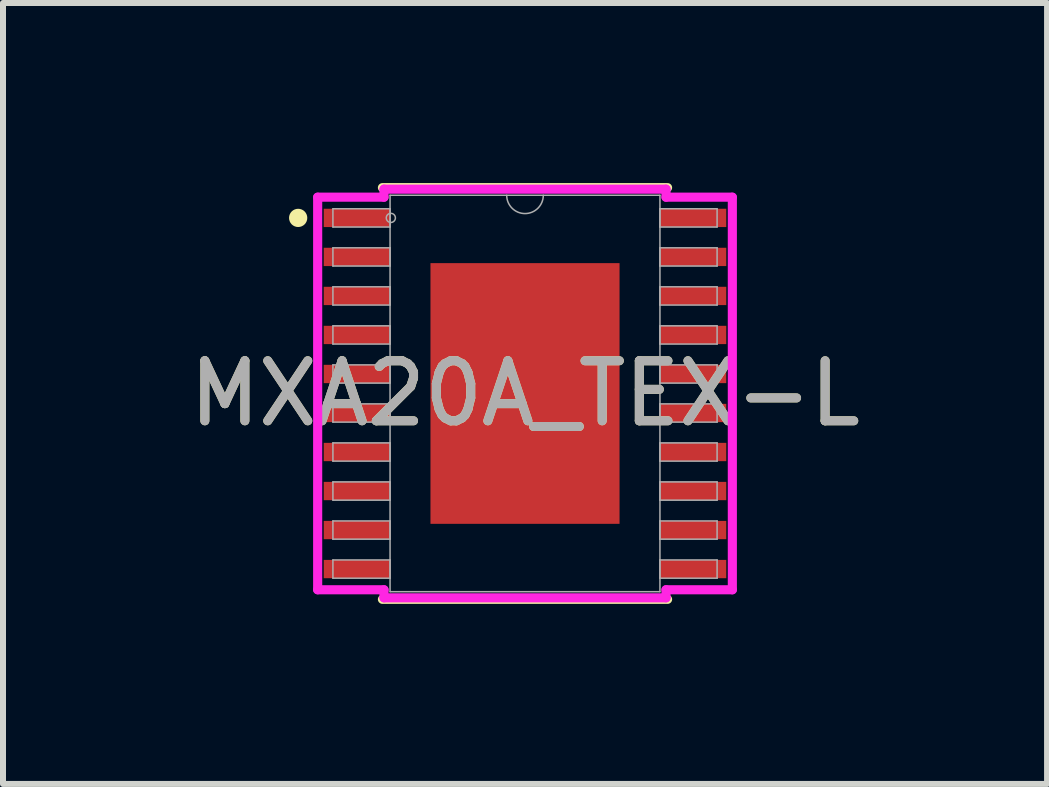
<source format=kicad_pcb>
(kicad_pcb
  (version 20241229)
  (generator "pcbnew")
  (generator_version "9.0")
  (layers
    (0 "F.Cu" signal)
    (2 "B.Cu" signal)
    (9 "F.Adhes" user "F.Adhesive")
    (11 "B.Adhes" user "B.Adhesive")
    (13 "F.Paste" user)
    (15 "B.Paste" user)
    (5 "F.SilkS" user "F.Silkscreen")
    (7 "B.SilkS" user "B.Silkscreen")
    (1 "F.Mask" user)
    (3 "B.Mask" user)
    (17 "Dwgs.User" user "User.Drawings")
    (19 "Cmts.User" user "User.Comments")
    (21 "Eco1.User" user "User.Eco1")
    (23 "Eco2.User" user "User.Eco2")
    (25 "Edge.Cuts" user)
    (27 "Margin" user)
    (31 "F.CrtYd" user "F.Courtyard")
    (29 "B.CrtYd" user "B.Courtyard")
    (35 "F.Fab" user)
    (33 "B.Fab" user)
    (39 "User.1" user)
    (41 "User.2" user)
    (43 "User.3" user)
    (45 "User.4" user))
  (footprint "MXA20A_TEX-L"
    (layer "F.Cu")
    (at 5.696 3.505)
    (property "Reference" "MXA20A_TEX-L" (at 0 0 0) (unlocked yes) (layer "F.SilkS") (effects (font (size 1 1) (thickness 0.15))))
    (attr smd)
    (fp_line (start -2.375 3.429) (end 2.375 3.429) (stroke (width 0.152) (type solid)) (layer "F.SilkS"))
    (fp_line (start 2.375 -3.429) (end -2.375 -3.429) (stroke (width 0.152) (type solid)) (layer "F.SilkS"))
    (fp_circle (center -3.779 -2.925) (end -3.703 -2.925) (stroke (width 0.152) (type solid)) (fill no) (layer "F.SilkS"))
    (fp_line (start -3.454 -3.27) (end -2.349 -3.27) (stroke (width 0.152) (type solid)) (layer "F.CrtYd"))
    (fp_line (start -3.454 3.27) (end -3.454 -3.27) (stroke (width 0.152) (type solid)) (layer "F.CrtYd"))
    (fp_line (start -3.454 3.27) (end -2.349 3.27) (stroke (width 0.152) (type solid)) (layer "F.CrtYd"))
    (fp_line (start -2.349 -3.404) (end 2.349 -3.404) (stroke (width 0.152) (type solid)) (layer "F.CrtYd"))
    (fp_line (start -2.349 -3.27) (end -2.349 -3.404) (stroke (width 0.152) (type solid)) (layer "F.CrtYd"))
    (fp_line (start -2.349 3.404) (end -2.349 3.27) (stroke (width 0.152) (type solid)) (layer "F.CrtYd"))
    (fp_line (start 2.349 -3.404) (end 2.349 -3.27) (stroke (width 0.152) (type solid)) (layer "F.CrtYd"))
    (fp_line (start 2.349 3.27) (end 2.349 3.404) (stroke (width 0.152) (type solid)) (layer "F.CrtYd"))
    (fp_line (start 2.349 3.404) (end -2.349 3.404) (stroke (width 0.152) (type solid)) (layer "F.CrtYd"))
    (fp_line (start 3.454 -3.27) (end 2.349 -3.27) (stroke (width 0.152) (type solid)) (layer "F.CrtYd"))
    (fp_line (start 3.454 -3.27) (end 3.454 3.27) (stroke (width 0.152) (type solid)) (layer "F.CrtYd"))
    (fp_line (start 3.454 3.27) (end 2.349 3.27) (stroke (width 0.152) (type solid)) (layer "F.CrtYd"))
    (fp_line (start -3.2 -3.077) (end -3.2 -2.773) (stroke (width 0.025) (type solid)) (layer "F.Fab"))
    (fp_line (start -3.2 -2.773) (end -2.248 -2.773) (stroke (width 0.025) (type solid)) (layer "F.Fab"))
    (fp_line (start -3.2 -2.427) (end -3.2 -2.123) (stroke (width 0.025) (type solid)) (layer "F.Fab"))
    (fp_line (start -3.2 -2.123) (end -2.248 -2.123) (stroke (width 0.025) (type solid)) (layer "F.Fab"))
    (fp_line (start -3.2 -1.777) (end -3.2 -1.473) (stroke (width 0.025) (type solid)) (layer "F.Fab"))
    (fp_line (start -3.2 -1.473) (end -2.248 -1.473) (stroke (width 0.025) (type solid)) (layer "F.Fab"))
    (fp_line (start -3.2 -1.127) (end -3.2 -0.823) (stroke (width 0.025) (type solid)) (layer "F.Fab"))
    (fp_line (start -3.2 -0.823) (end -2.248 -0.823) (stroke (width 0.025) (type solid)) (layer "F.Fab"))
    (fp_line (start -3.2 -0.477) (end -3.2 -0.173) (stroke (width 0.025) (type solid)) (layer "F.Fab"))
    (fp_line (start -3.2 -0.173) (end -2.248 -0.173) (stroke (width 0.025) (type solid)) (layer "F.Fab"))
    (fp_line (start -3.2 0.173) (end -3.2 0.477) (stroke (width 0.025) (type solid)) (layer "F.Fab"))
    (fp_line (start -3.2 0.477) (end -2.248 0.477) (stroke (width 0.025) (type solid)) (layer "F.Fab"))
    (fp_line (start -3.2 0.823) (end -3.2 1.127) (stroke (width 0.025) (type solid)) (layer "F.Fab"))
    (fp_line (start -3.2 1.127) (end -2.248 1.127) (stroke (width 0.025) (type solid)) (layer "F.Fab"))
    (fp_line (start -3.2 1.473) (end -3.2 1.777) (stroke (width 0.025) (type solid)) (layer "F.Fab"))
    (fp_line (start -3.2 1.777) (end -2.248 1.777) (stroke (width 0.025) (type solid)) (layer "F.Fab"))
    (fp_line (start -3.2 2.123) (end -3.2 2.427) (stroke (width 0.025) (type solid)) (layer "F.Fab"))
    (fp_line (start -3.2 2.427) (end -2.248 2.427) (stroke (width 0.025) (type solid)) (layer "F.Fab"))
    (fp_line (start -3.2 2.773) (end -3.2 3.077) (stroke (width 0.025) (type solid)) (layer "F.Fab"))
    (fp_line (start -3.2 3.077) (end -2.248 3.077) (stroke (width 0.025) (type solid)) (layer "F.Fab"))
    (fp_line (start -2.248 -3.302) (end -2.248 3.302) (stroke (width 0.025) (type solid)) (layer "F.Fab"))
    (fp_line (start -2.248 -3.077) (end -3.2 -3.077) (stroke (width 0.025) (type solid)) (layer "F.Fab"))
    (fp_line (start -2.248 -2.773) (end -2.248 -3.077) (stroke (width 0.025) (type solid)) (layer "F.Fab"))
    (fp_line (start -2.248 -2.427) (end -3.2 -2.427) (stroke (width 0.025) (type solid)) (layer "F.Fab"))
    (fp_line (start -2.248 -2.123) (end -2.248 -2.427) (stroke (width 0.025) (type solid)) (layer "F.Fab"))
    (fp_line (start -2.248 -1.777) (end -3.2 -1.777) (stroke (width 0.025) (type solid)) (layer "F.Fab"))
    (fp_line (start -2.248 -1.473) (end -2.248 -1.777) (stroke (width 0.025) (type solid)) (layer "F.Fab"))
    (fp_line (start -2.248 -1.127) (end -3.2 -1.127) (stroke (width 0.025) (type solid)) (layer "F.Fab"))
    (fp_line (start -2.248 -0.823) (end -2.248 -1.127) (stroke (width 0.025) (type solid)) (layer "F.Fab"))
    (fp_line (start -2.248 -0.477) (end -3.2 -0.477) (stroke (width 0.025) (type solid)) (layer "F.Fab"))
    (fp_line (start -2.248 -0.173) (end -2.248 -0.477) (stroke (width 0.025) (type solid)) (layer "F.Fab"))
    (fp_line (start -2.248 0.173) (end -3.2 0.173) (stroke (width 0.025) (type solid)) (layer "F.Fab"))
    (fp_line (start -2.248 0.477) (end -2.248 0.173) (stroke (width 0.025) (type solid)) (layer "F.Fab"))
    (fp_line (start -2.248 0.823) (end -3.2 0.823) (stroke (width 0.025) (type solid)) (layer "F.Fab"))
    (fp_line (start -2.248 1.127) (end -2.248 0.823) (stroke (width 0.025) (type solid)) (layer "F.Fab"))
    (fp_line (start -2.248 1.473) (end -3.2 1.473) (stroke (width 0.025) (type solid)) (layer "F.Fab"))
    (fp_line (start -2.248 1.777) (end -2.248 1.473) (stroke (width 0.025) (type solid)) (layer "F.Fab"))
    (fp_line (start -2.248 2.123) (end -3.2 2.123) (stroke (width 0.025) (type solid)) (layer "F.Fab"))
    (fp_line (start -2.248 2.427) (end -2.248 2.123) (stroke (width 0.025) (type solid)) (layer "F.Fab"))
    (fp_line (start -2.248 2.773) (end -3.2 2.773) (stroke (width 0.025) (type solid)) (layer "F.Fab"))
    (fp_line (start -2.248 3.077) (end -2.248 2.773) (stroke (width 0.025) (type solid)) (layer "F.Fab"))
    (fp_line (start -2.248 3.302) (end 2.248 3.302) (stroke (width 0.025) (type solid)) (layer "F.Fab"))
    (fp_line (start 2.248 -3.302) (end -2.248 -3.302) (stroke (width 0.025) (type solid)) (layer "F.Fab"))
    (fp_line (start 2.248 -3.077) (end 2.248 -2.773) (stroke (width 0.025) (type solid)) (layer "F.Fab"))
    (fp_line (start 2.248 -2.773) (end 3.2 -2.773) (stroke (width 0.025) (type solid)) (layer "F.Fab"))
    (fp_line (start 2.248 -2.427) (end 2.248 -2.123) (stroke (width 0.025) (type solid)) (layer "F.Fab"))
    (fp_line (start 2.248 -2.123) (end 3.2 -2.123) (stroke (width 0.025) (type solid)) (layer "F.Fab"))
    (fp_line (start 2.248 -1.777) (end 2.248 -1.473) (stroke (width 0.025) (type solid)) (layer "F.Fab"))
    (fp_line (start 2.248 -1.473) (end 3.2 -1.473) (stroke (width 0.025) (type solid)) (layer "F.Fab"))
    (fp_line (start 2.248 -1.127) (end 2.248 -0.823) (stroke (width 0.025) (type solid)) (layer "F.Fab"))
    (fp_line (start 2.248 -0.823) (end 3.2 -0.823) (stroke (width 0.025) (type solid)) (layer "F.Fab"))
    (fp_line (start 2.248 -0.477) (end 2.248 -0.173) (stroke (width 0.025) (type solid)) (layer "F.Fab"))
    (fp_line (start 2.248 -0.173) (end 3.2 -0.173) (stroke (width 0.025) (type solid)) (layer "F.Fab"))
    (fp_line (start 2.248 0.173) (end 2.248 0.477) (stroke (width 0.025) (type solid)) (layer "F.Fab"))
    (fp_line (start 2.248 0.477) (end 3.2 0.477) (stroke (width 0.025) (type solid)) (layer "F.Fab"))
    (fp_line (start 2.248 0.823) (end 2.248 1.127) (stroke (width 0.025) (type solid)) (layer "F.Fab"))
    (fp_line (start 2.248 1.127) (end 3.2 1.127) (stroke (width 0.025) (type solid)) (layer "F.Fab"))
    (fp_line (start 2.248 1.473) (end 2.248 1.777) (stroke (width 0.025) (type solid)) (layer "F.Fab"))
    (fp_line (start 2.248 1.777) (end 3.2 1.777) (stroke (width 0.025) (type solid)) (layer "F.Fab"))
    (fp_line (start 2.248 2.123) (end 2.248 2.427) (stroke (width 0.025) (type solid)) (layer "F.Fab"))
    (fp_line (start 2.248 2.427) (end 3.2 2.427) (stroke (width 0.025) (type solid)) (layer "F.Fab"))
    (fp_line (start 2.248 2.773) (end 2.248 3.077) (stroke (width 0.025) (type solid)) (layer "F.Fab"))
    (fp_line (start 2.248 3.077) (end 3.2 3.077) (stroke (width 0.025) (type solid)) (layer "F.Fab"))
    (fp_line (start 2.248 3.302) (end 2.248 -3.302) (stroke (width 0.025) (type solid)) (layer "F.Fab"))
    (fp_line (start 3.2 -3.077) (end 2.248 -3.077) (stroke (width 0.025) (type solid)) (layer "F.Fab"))
    (fp_line (start 3.2 -2.773) (end 3.2 -3.077) (stroke (width 0.025) (type solid)) (layer "F.Fab"))
    (fp_line (start 3.2 -2.427) (end 2.248 -2.427) (stroke (width 0.025) (type solid)) (layer "F.Fab"))
    (fp_line (start 3.2 -2.123) (end 3.2 -2.427) (stroke (width 0.025) (type solid)) (layer "F.Fab"))
    (fp_line (start 3.2 -1.777) (end 2.248 -1.777) (stroke (width 0.025) (type solid)) (layer "F.Fab"))
    (fp_line (start 3.2 -1.473) (end 3.2 -1.777) (stroke (width 0.025) (type solid)) (layer "F.Fab"))
    (fp_line (start 3.2 -1.127) (end 2.248 -1.127) (stroke (width 0.025) (type solid)) (layer "F.Fab"))
    (fp_line (start 3.2 -0.823) (end 3.2 -1.127) (stroke (width 0.025) (type solid)) (layer "F.Fab"))
    (fp_line (start 3.2 -0.477) (end 2.248 -0.477) (stroke (width 0.025) (type solid)) (layer "F.Fab"))
    (fp_line (start 3.2 -0.173) (end 3.2 -0.477) (stroke (width 0.025) (type solid)) (layer "F.Fab"))
    (fp_line (start 3.2 0.173) (end 2.248 0.173) (stroke (width 0.025) (type solid)) (layer "F.Fab"))
    (fp_line (start 3.2 0.477) (end 3.2 0.173) (stroke (width 0.025) (type solid)) (layer "F.Fab"))
    (fp_line (start 3.2 0.823) (end 2.248 0.823) (stroke (width 0.025) (type solid)) (layer "F.Fab"))
    (fp_line (start 3.2 1.127) (end 3.2 0.823) (stroke (width 0.025) (type solid)) (layer "F.Fab"))
    (fp_line (start 3.2 1.473) (end 2.248 1.473) (stroke (width 0.025) (type solid)) (layer "F.Fab"))
    (fp_line (start 3.2 1.777) (end 3.2 1.473) (stroke (width 0.025) (type solid)) (layer "F.Fab"))
    (fp_line (start 3.2 2.123) (end 2.248 2.123) (stroke (width 0.025) (type solid)) (layer "F.Fab"))
    (fp_line (start 3.2 2.427) (end 3.2 2.123) (stroke (width 0.025) (type solid)) (layer "F.Fab"))
    (fp_line (start 3.2 2.773) (end 2.248 2.773) (stroke (width 0.025) (type solid)) (layer "F.Fab"))
    (fp_line (start 3.2 3.077) (end 3.2 2.773) (stroke (width 0.025) (type solid)) (layer "F.Fab"))
    (fp_arc (start 0.3048 -3.302) (mid 0 -2.9972) (end -0.3048 -3.302) (stroke (width 0.0254) (type solid)) (layer "F.Fab"))
    (fp_circle (center -2.235 -2.925) (end -2.159 -2.925) (stroke (width 0.025) (type solid)) (fill no) (layer "F.Fab"))
    (fp_text user "${REFERENCE}" (at 0 0 0) (unlocked yes) (layer "F.Fab") (effects (font (size 1 1) (thickness 0.15))))
    (pad "1" smd rect (at -2.794 -2.925) (size 1.118 0.305) (layers "F.Cu" "F.Mask" "F.Paste"))
    (pad "2" smd rect (at -2.794 -2.275) (size 1.118 0.305) (layers "F.Cu" "F.Mask" "F.Paste"))
    (pad "3" smd rect (at -2.794 -1.625) (size 1.118 0.305) (layers "F.Cu" "F.Mask" "F.Paste"))
    (pad "4" smd rect (at -2.794 -0.975) (size 1.118 0.305) (layers "F.Cu" "F.Mask" "F.Paste"))
    (pad "5" smd rect (at -2.794 -0.325) (size 1.118 0.305) (layers "F.Cu" "F.Mask" "F.Paste"))
    (pad "6" smd rect (at -2.794 0.325) (size 1.118 0.305) (layers "F.Cu" "F.Mask" "F.Paste"))
    (pad "7" smd rect (at -2.794 0.975) (size 1.118 0.305) (layers "F.Cu" "F.Mask" "F.Paste"))
    (pad "8" smd rect (at -2.794 1.625) (size 1.118 0.305) (layers "F.Cu" "F.Mask" "F.Paste"))
    (pad "9" smd rect (at -2.794 2.275) (size 1.118 0.305) (layers "F.Cu" "F.Mask" "F.Paste"))
    (pad "10" smd rect (at -2.794 2.925) (size 1.118 0.305) (layers "F.Cu" "F.Mask" "F.Paste"))
    (pad "11" smd rect (at 2.794 2.925) (size 1.118 0.305) (layers "F.Cu" "F.Mask" "F.Paste"))
    (pad "12" smd rect (at 2.794 2.275) (size 1.118 0.305) (layers "F.Cu" "F.Mask" "F.Paste"))
    (pad "13" smd rect (at 2.794 1.625) (size 1.118 0.305) (layers "F.Cu" "F.Mask" "F.Paste"))
    (pad "14" smd rect (at 2.794 0.975) (size 1.118 0.305) (layers "F.Cu" "F.Mask" "F.Paste"))
    (pad "15" smd rect (at 2.794 0.325) (size 1.118 0.305) (layers "F.Cu" "F.Mask" "F.Paste"))
    (pad "16" smd rect (at 2.794 -0.325) (size 1.118 0.305) (layers "F.Cu" "F.Mask" "F.Paste"))
    (pad "17" smd rect (at 2.794 -0.975) (size 1.118 0.305) (layers "F.Cu" "F.Mask" "F.Paste"))
    (pad "18" smd rect (at 2.794 -1.625) (size 1.118 0.305) (layers "F.Cu" "F.Mask" "F.Paste"))
    (pad "19" smd rect (at 2.794 -2.275) (size 1.118 0.305) (layers "F.Cu" "F.Mask" "F.Paste"))
    (pad "20" smd rect (at 2.794 -2.925) (size 1.118 0.305) (layers "F.Cu" "F.Mask" "F.Paste"))
    (pad "21" smd rect (at 0 0) (size 3.15 4.343) (layers "F.Cu" "F.Mask" "F.Paste")))
  (gr_rect
    (start -3 -3)
    (end 14.393 10.01)
    (stroke (width 0.1) (type default))
    (fill no)
    (layer "Edge.Cuts")))
</source>
